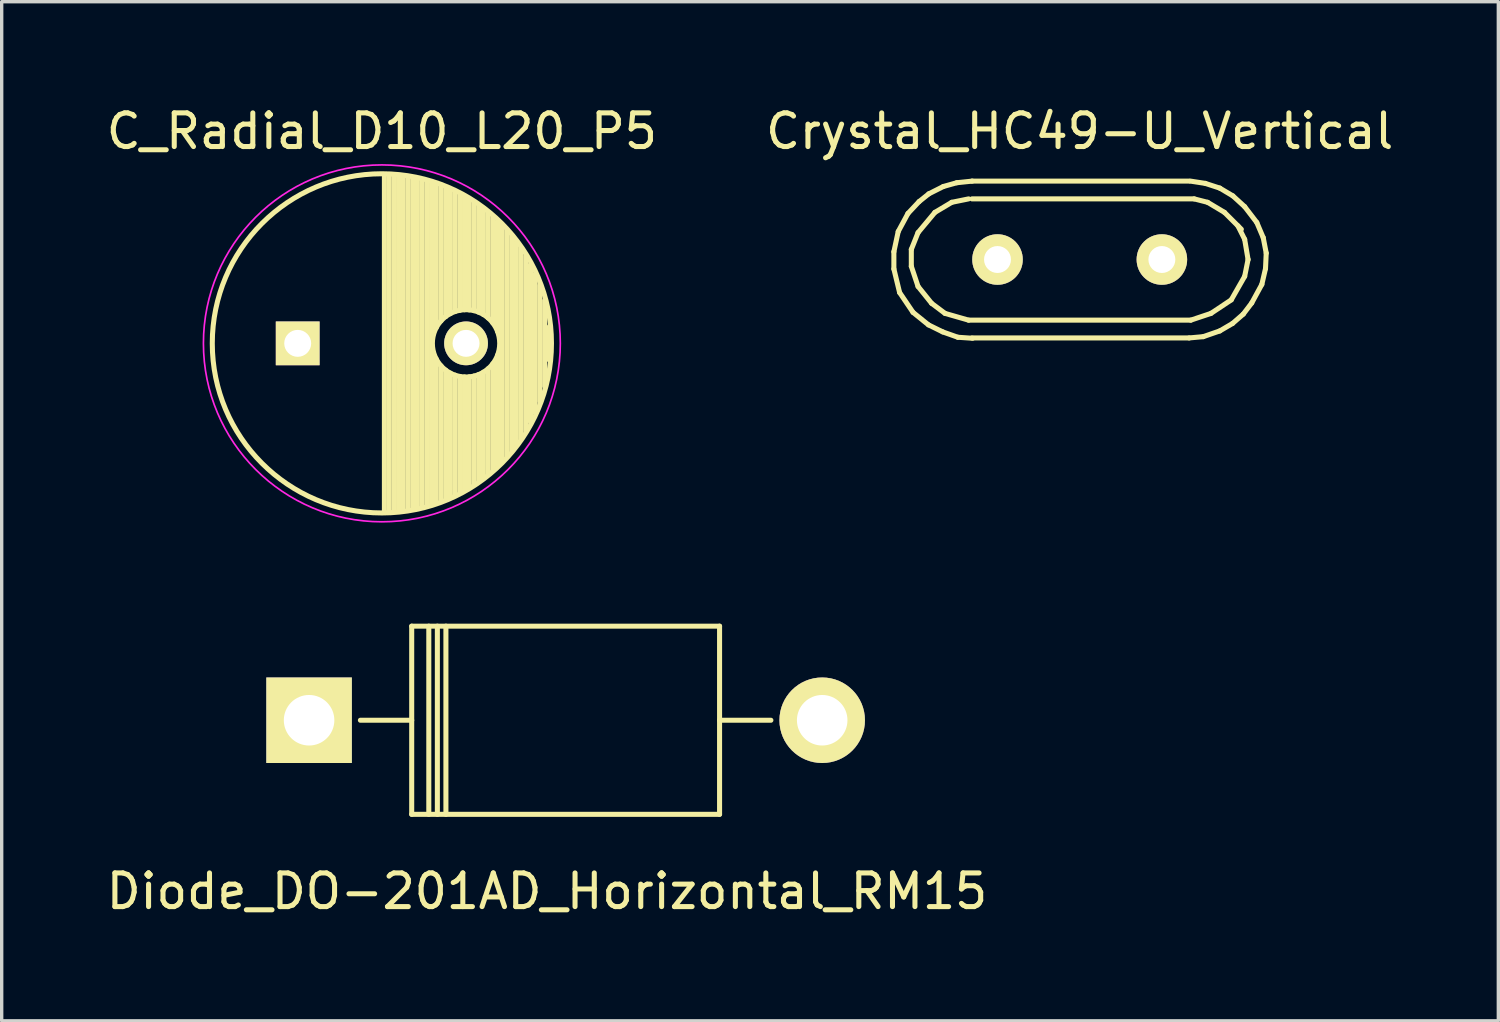
<source format=kicad_pcb>
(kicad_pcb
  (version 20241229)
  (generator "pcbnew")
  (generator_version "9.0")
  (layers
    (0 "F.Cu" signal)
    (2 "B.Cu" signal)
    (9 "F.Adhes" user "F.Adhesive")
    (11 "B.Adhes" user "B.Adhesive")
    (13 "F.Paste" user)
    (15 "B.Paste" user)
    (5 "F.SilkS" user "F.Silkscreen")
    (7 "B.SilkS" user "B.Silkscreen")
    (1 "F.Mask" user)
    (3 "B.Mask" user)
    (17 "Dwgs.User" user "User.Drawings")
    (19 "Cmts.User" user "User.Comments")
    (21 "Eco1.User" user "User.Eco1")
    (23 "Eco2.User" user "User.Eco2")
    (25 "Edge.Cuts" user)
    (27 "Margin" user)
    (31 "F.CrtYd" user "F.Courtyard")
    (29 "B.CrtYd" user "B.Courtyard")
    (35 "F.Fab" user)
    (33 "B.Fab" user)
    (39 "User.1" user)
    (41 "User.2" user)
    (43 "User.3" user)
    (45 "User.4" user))
  (footprint "Crystal_HC49-U_Vertical"
    (placed yes)
    (layer "F.Cu")
    (at 29.018 4.658)
    (property "Reference" "Crystal_HC49-U_Vertical" (at 0 -3.81 0) (layer "F.SilkS") (effects (font (size 1 1) (thickness 0.15))))
    (attr through_hole)
    (fp_line (start -5.519 -0.231) (end -5.519 0.279) (stroke (width 0.15) (type solid)) (layer "F.SilkS"))
    (fp_line (start -5.519 0.279) (end -5.349 0.98) (stroke (width 0.15) (type solid)) (layer "F.SilkS"))
    (fp_line (start -5.39 -0.831) (end -5.519 -0.231) (stroke (width 0.15) (type solid)) (layer "F.SilkS"))
    (fp_line (start -5.349 0.98) (end -4.95 1.57) (stroke (width 0.15) (type solid)) (layer "F.SilkS"))
    (fp_line (start -5.1 -1.369) (end -5.39 -0.831) (stroke (width 0.15) (type solid)) (layer "F.SilkS"))
    (fp_line (start -5.001 -0.3) (end -4.801 -0.8) (stroke (width 0.15) (type solid)) (layer "F.SilkS"))
    (fp_line (start -5.001 0.201) (end -5.001 -0.3) (stroke (width 0.15) (type solid)) (layer "F.SilkS"))
    (fp_line (start -4.95 1.57) (end -4.491 1.941) (stroke (width 0.15) (type solid)) (layer "F.SilkS"))
    (fp_line (start -4.801 -0.8) (end -4.3 -1.4) (stroke (width 0.15) (type solid)) (layer "F.SilkS"))
    (fp_line (start -4.801 0.8) (end -5.001 0.201) (stroke (width 0.15) (type solid)) (layer "F.SilkS"))
    (fp_line (start -4.77 -1.72) (end -5.1 -1.369) (stroke (width 0.15) (type solid)) (layer "F.SilkS"))
    (fp_line (start -4.491 1.941) (end -4.069 2.149) (stroke (width 0.15) (type solid)) (layer "F.SilkS"))
    (fp_line (start -4.481 -1.951) (end -4.77 -1.72) (stroke (width 0.15) (type solid)) (layer "F.SilkS"))
    (fp_line (start -4.399 1.3) (end -4.801 0.8) (stroke (width 0.15) (type solid)) (layer "F.SilkS"))
    (fp_line (start -4.3 -1.4) (end -3.8 -1.699) (stroke (width 0.15) (type solid)) (layer "F.SilkS"))
    (fp_line (start -4.069 2.149) (end -3.619 2.309) (stroke (width 0.15) (type solid)) (layer "F.SilkS"))
    (fp_line (start -4.049 -2.169) (end -4.481 -1.951) (stroke (width 0.15) (type solid)) (layer "F.SilkS"))
    (fp_line (start -4 1.6) (end -4.399 1.3) (stroke (width 0.15) (type solid)) (layer "F.SilkS"))
    (fp_line (start -3.8 -1.699) (end -3.299 -1.801) (stroke (width 0.15) (type solid)) (layer "F.SilkS"))
    (fp_line (start -3.65 -2.281) (end -4.049 -2.169) (stroke (width 0.15) (type solid)) (layer "F.SilkS"))
    (fp_line (start -3.619 2.309) (end -3.18 2.339) (stroke (width 0.15) (type solid)) (layer "F.SilkS"))
    (fp_line (start -3.299 1.801) (end -4 1.6) (stroke (width 0.15) (type solid)) (layer "F.SilkS"))
    (fp_line (start -3.2 -2.329) (end 3.251 -2.329) (stroke (width 0.15) (type solid)) (layer "F.SilkS"))
    (fp_line (start -3.2 -1.801) (end 3.401 -1.801) (stroke (width 0.15) (type solid)) (layer "F.SilkS"))
    (fp_line (start -3.2 2.329) (end 3.251 2.329) (stroke (width 0.15) (type solid)) (layer "F.SilkS"))
    (fp_line (start -3.19 -2.329) (end -3.65 -2.281) (stroke (width 0.15) (type solid)) (layer "F.SilkS"))
    (fp_line (start 3.251 2.329) (end 3.67 2.291) (stroke (width 0.15) (type solid)) (layer "F.SilkS"))
    (fp_line (start 3.299 1.801) (end -3.299 1.801) (stroke (width 0.15) (type solid)) (layer "F.SilkS"))
    (fp_line (start 3.401 -1.801) (end 3.8 -1.699) (stroke (width 0.15) (type solid)) (layer "F.SilkS"))
    (fp_line (start 3.67 2.291) (end 4.161 2.121) (stroke (width 0.15) (type solid)) (layer "F.SilkS"))
    (fp_line (start 3.731 -2.261) (end 3.289 -2.329) (stroke (width 0.15) (type solid)) (layer "F.SilkS"))
    (fp_line (start 3.8 -1.699) (end 4.3 -1.4) (stroke (width 0.15) (type solid)) (layer "F.SilkS"))
    (fp_line (start 3.899 1.6) (end 3.299 1.801) (stroke (width 0.15) (type solid)) (layer "F.SilkS"))
    (fp_line (start 4.161 -2.121) (end 3.731 -2.261) (stroke (width 0.15) (type solid)) (layer "F.SilkS"))
    (fp_line (start 4.161 2.121) (end 4.539 1.9) (stroke (width 0.15) (type solid)) (layer "F.SilkS"))
    (fp_line (start 4.3 -1.4) (end 4.801 -0.899) (stroke (width 0.15) (type solid)) (layer "F.SilkS"))
    (fp_line (start 4.501 1.199) (end 3.899 1.6) (stroke (width 0.15) (type solid)) (layer "F.SilkS"))
    (fp_line (start 4.539 1.9) (end 4.859 1.621) (stroke (width 0.15) (type solid)) (layer "F.SilkS"))
    (fp_line (start 4.549 -1.89) (end 4.161 -2.121) (stroke (width 0.15) (type solid)) (layer "F.SilkS"))
    (fp_line (start 4.699 -1.001) (end 4.9 -0.599) (stroke (width 0.15) (type solid)) (layer "F.SilkS"))
    (fp_line (start 4.859 1.621) (end 5.11 1.29) (stroke (width 0.15) (type solid)) (layer "F.SilkS"))
    (fp_line (start 4.9 -1.57) (end 4.549 -1.89) (stroke (width 0.15) (type solid)) (layer "F.SilkS"))
    (fp_line (start 4.9 -0.599) (end 5.001 0) (stroke (width 0.15) (type solid)) (layer "F.SilkS"))
    (fp_line (start 4.9 0.5) (end 4.501 1.199) (stroke (width 0.15) (type solid)) (layer "F.SilkS"))
    (fp_line (start 5.001 0) (end 4.9 0.5) (stroke (width 0.15) (type solid)) (layer "F.SilkS"))
    (fp_line (start 5.11 1.29) (end 5.41 0.739) (stroke (width 0.15) (type solid)) (layer "F.SilkS"))
    (fp_line (start 5.26 -1.1) (end 4.9 -1.57) (stroke (width 0.15) (type solid)) (layer "F.SilkS"))
    (fp_line (start 5.41 0.739) (end 5.519 0.269) (stroke (width 0.15) (type solid)) (layer "F.SilkS"))
    (fp_line (start 5.451 -0.65) (end 5.26 -1.1) (stroke (width 0.15) (type solid)) (layer "F.SilkS"))
    (fp_line (start 5.519 0.269) (end 5.54 -0.191) (stroke (width 0.15) (type solid)) (layer "F.SilkS"))
    (fp_line (start 5.54 -0.191) (end 5.451 -0.65) (stroke (width 0.15) (type solid)) (layer "F.SilkS"))
    (pad "1" thru_hole circle (at -2.441 0) (size 1.501 1.501) (drill 0.8) (layers "*.Cu" "*.Mask" "F.SilkS"))
    (pad "2" thru_hole circle (at 2.441 0) (size 1.501 1.501) (drill 0.8) (layers "*.Cu" "*.Mask" "F.SilkS")))
  (footprint "Diode_DO-201AD_Horizontal_RM15"
    (layer "F.Cu")
    (at 6.129 18.345)
    (property "Reference" "Diode_DO-201AD_Horizontal_RM15" (at 7.067 5.077 0) (layer "F.SilkS") (effects (font (size 1 1) (thickness 0.15))))
    (attr through_hole)
    (fp_line (start 3.049 -2.797) (end 12.193 -2.797) (stroke (width 0.15) (type solid)) (layer "F.SilkS"))
    (fp_line (start 3.049 -0.003) (end 1.525 -0.003) (stroke (width 0.15) (type solid)) (layer "F.SilkS"))
    (fp_line (start 3.049 2.791) (end 3.049 -2.797) (stroke (width 0.15) (type solid)) (layer "F.SilkS"))
    (fp_line (start 3.557 -2.797) (end 3.557 2.791) (stroke (width 0.15) (type solid)) (layer "F.SilkS"))
    (fp_line (start 3.811 -2.797) (end 3.811 2.791) (stroke (width 0.15) (type solid)) (layer "F.SilkS"))
    (fp_line (start 4.065 -2.797) (end 4.065 2.791) (stroke (width 0.15) (type solid)) (layer "F.SilkS"))
    (fp_line (start 12.193 -2.797) (end 12.193 2.791) (stroke (width 0.15) (type solid)) (layer "F.SilkS"))
    (fp_line (start 12.193 -0.003) (end 13.717 -0.003) (stroke (width 0.15) (type solid)) (layer "F.SilkS"))
    (fp_line (start 12.193 2.791) (end 3.049 2.791) (stroke (width 0.15) (type solid)) (layer "F.SilkS"))
    (pad "1" thru_hole rect (at 0.001 -0.003 180) (size 2.54 2.54) (drill 1.501) (layers "*.Cu" "*.Mask" "F.SilkS"))
    (pad "2" thru_hole circle (at 15.241 -0.003 180) (size 2.54 2.54) (drill 1.501) (layers "*.Cu" "*.Mask" "F.SilkS")))
  (footprint "C_Radial_D10_L20_P5"
    (layer "F.Cu")
    (at 5.792 7.148)
    (property "Reference" "C_Radial_D10_L20_P5" (at 2.5 -6.3 0) (layer "F.SilkS") (effects (font (size 1 1) (thickness 0.15))))
    (attr through_hole)
    (fp_line (start 2.575 -4.999) (end 2.575 4.999) (stroke (width 0.15) (type solid)) (layer "F.SilkS"))
    (fp_line (start 2.715 -4.995) (end 2.715 4.995) (stroke (width 0.15) (type solid)) (layer "F.SilkS"))
    (fp_line (start 2.855 -4.987) (end 2.855 4.987) (stroke (width 0.15) (type solid)) (layer "F.SilkS"))
    (fp_line (start 2.995 -4.975) (end 2.995 4.975) (stroke (width 0.15) (type solid)) (layer "F.SilkS"))
    (fp_line (start 3.135 -4.96) (end 3.135 4.96) (stroke (width 0.15) (type solid)) (layer "F.SilkS"))
    (fp_line (start 3.275 -4.94) (end 3.275 4.94) (stroke (width 0.15) (type solid)) (layer "F.SilkS"))
    (fp_line (start 3.415 -4.916) (end 3.415 4.916) (stroke (width 0.15) (type solid)) (layer "F.SilkS"))
    (fp_line (start 3.555 -4.887) (end 3.555 4.887) (stroke (width 0.15) (type solid)) (layer "F.SilkS"))
    (fp_line (start 3.695 -4.855) (end 3.695 4.855) (stroke (width 0.15) (type solid)) (layer "F.SilkS"))
    (fp_line (start 3.835 -4.818) (end 3.835 4.818) (stroke (width 0.15) (type solid)) (layer "F.SilkS"))
    (fp_line (start 3.975 -4.777) (end 3.975 4.777) (stroke (width 0.15) (type solid)) (layer "F.SilkS"))
    (fp_line (start 4.115 -4.732) (end 4.115 -0.466) (stroke (width 0.15) (type solid)) (layer "F.SilkS"))
    (fp_line (start 4.115 0.466) (end 4.115 4.732) (stroke (width 0.15) (type solid)) (layer "F.SilkS"))
    (fp_line (start 4.255 -4.682) (end 4.255 -0.667) (stroke (width 0.15) (type solid)) (layer "F.SilkS"))
    (fp_line (start 4.255 0.667) (end 4.255 4.682) (stroke (width 0.15) (type solid)) (layer "F.SilkS"))
    (fp_line (start 4.395 -4.627) (end 4.395 -0.796) (stroke (width 0.15) (type solid)) (layer "F.SilkS"))
    (fp_line (start 4.395 0.796) (end 4.395 4.627) (stroke (width 0.15) (type solid)) (layer "F.SilkS"))
    (fp_line (start 4.535 -4.567) (end 4.535 -0.885) (stroke (width 0.15) (type solid)) (layer "F.SilkS"))
    (fp_line (start 4.535 0.885) (end 4.535 4.567) (stroke (width 0.15) (type solid)) (layer "F.SilkS"))
    (fp_line (start 4.675 -4.502) (end 4.675 -0.946) (stroke (width 0.15) (type solid)) (layer "F.SilkS"))
    (fp_line (start 4.675 0.946) (end 4.675 4.502) (stroke (width 0.15) (type solid)) (layer "F.SilkS"))
    (fp_line (start 4.815 -4.432) (end 4.815 -0.983) (stroke (width 0.15) (type solid)) (layer "F.SilkS"))
    (fp_line (start 4.815 0.983) (end 4.815 4.432) (stroke (width 0.15) (type solid)) (layer "F.SilkS"))
    (fp_line (start 4.955 -4.356) (end 4.955 -0.999) (stroke (width 0.15) (type solid)) (layer "F.SilkS"))
    (fp_line (start 4.955 0.999) (end 4.955 4.356) (stroke (width 0.15) (type solid)) (layer "F.SilkS"))
    (fp_line (start 5.095 -4.274) (end 5.095 -0.995) (stroke (width 0.15) (type solid)) (layer "F.SilkS"))
    (fp_line (start 5.095 0.995) (end 5.095 4.274) (stroke (width 0.15) (type solid)) (layer "F.SilkS"))
    (fp_line (start 5.235 -4.186) (end 5.235 -0.972) (stroke (width 0.15) (type solid)) (layer "F.SilkS"))
    (fp_line (start 5.235 0.972) (end 5.235 4.186) (stroke (width 0.15) (type solid)) (layer "F.SilkS"))
    (fp_line (start 5.375 -4.091) (end 5.375 -0.927) (stroke (width 0.15) (type solid)) (layer "F.SilkS"))
    (fp_line (start 5.375 0.927) (end 5.375 4.091) (stroke (width 0.15) (type solid)) (layer "F.SilkS"))
    (fp_line (start 5.515 -3.989) (end 5.515 -0.857) (stroke (width 0.15) (type solid)) (layer "F.SilkS"))
    (fp_line (start 5.515 0.857) (end 5.515 3.989) (stroke (width 0.15) (type solid)) (layer "F.SilkS"))
    (fp_line (start 5.655 -3.879) (end 5.655 -0.756) (stroke (width 0.15) (type solid)) (layer "F.SilkS"))
    (fp_line (start 5.655 0.756) (end 5.655 3.879) (stroke (width 0.15) (type solid)) (layer "F.SilkS"))
    (fp_line (start 5.795 -3.761) (end 5.795 -0.607) (stroke (width 0.15) (type solid)) (layer "F.SilkS"))
    (fp_line (start 5.795 0.607) (end 5.795 3.761) (stroke (width 0.15) (type solid)) (layer "F.SilkS"))
    (fp_line (start 5.935 -3.633) (end 5.935 -0.355) (stroke (width 0.15) (type solid)) (layer "F.SilkS"))
    (fp_line (start 5.935 0.355) (end 5.935 3.633) (stroke (width 0.15) (type solid)) (layer "F.SilkS"))
    (fp_line (start 6.075 -3.496) (end 6.075 3.496) (stroke (width 0.15) (type solid)) (layer "F.SilkS"))
    (fp_line (start 6.215 -3.346) (end 6.215 3.346) (stroke (width 0.15) (type solid)) (layer "F.SilkS"))
    (fp_line (start 6.355 -3.184) (end 6.355 3.184) (stroke (width 0.15) (type solid)) (layer "F.SilkS"))
    (fp_line (start 6.495 -3.007) (end 6.495 3.007) (stroke (width 0.15) (type solid)) (layer "F.SilkS"))
    (fp_line (start 6.635 -2.811) (end 6.635 2.811) (stroke (width 0.15) (type solid)) (layer "F.SilkS"))
    (fp_line (start 6.775 -2.593) (end 6.775 2.593) (stroke (width 0.15) (type solid)) (layer "F.SilkS"))
    (fp_line (start 6.915 -2.347) (end 6.915 2.347) (stroke (width 0.15) (type solid)) (layer "F.SilkS"))
    (fp_line (start 7.055 -2.062) (end 7.055 2.062) (stroke (width 0.15) (type solid)) (layer "F.SilkS"))
    (fp_line (start 7.195 -1.72) (end 7.195 1.72) (stroke (width 0.15) (type solid)) (layer "F.SilkS"))
    (fp_line (start 7.335 -1.274) (end 7.335 1.274) (stroke (width 0.15) (type solid)) (layer "F.SilkS"))
    (fp_line (start 7.475 -0.499) (end 7.475 0.499) (stroke (width 0.15) (type solid)) (layer "F.SilkS"))
    (fp_circle (center 2.5 0) (end 2.5 -5.037) (stroke (width 0.15) (type solid)) (fill no) (layer "F.SilkS"))
    (fp_circle (center 5 0) (end 5 -1) (stroke (width 0.15) (type solid)) (fill no) (layer "F.SilkS"))
    (fp_circle (center 2.5 0) (end 2.5 -5.3) (stroke (width 0.05) (type solid)) (fill no) (layer "F.CrtYd"))
    (pad "1" thru_hole rect (at 0 0) (size 1.3 1.3) (drill 0.8) (layers "*.Cu" "*.Mask" "F.SilkS"))
    (pad "2" thru_hole circle (at 5 0) (size 1.3 1.3) (drill 0.8) (layers "*.Cu" "*.Mask" "F.SilkS")))
  (gr_rect
    (start -3 -3)
    (end 41.452 27.27)
    (stroke (width 0.1) (type default))
    (fill no)
    (layer "Edge.Cuts")))
</source>
